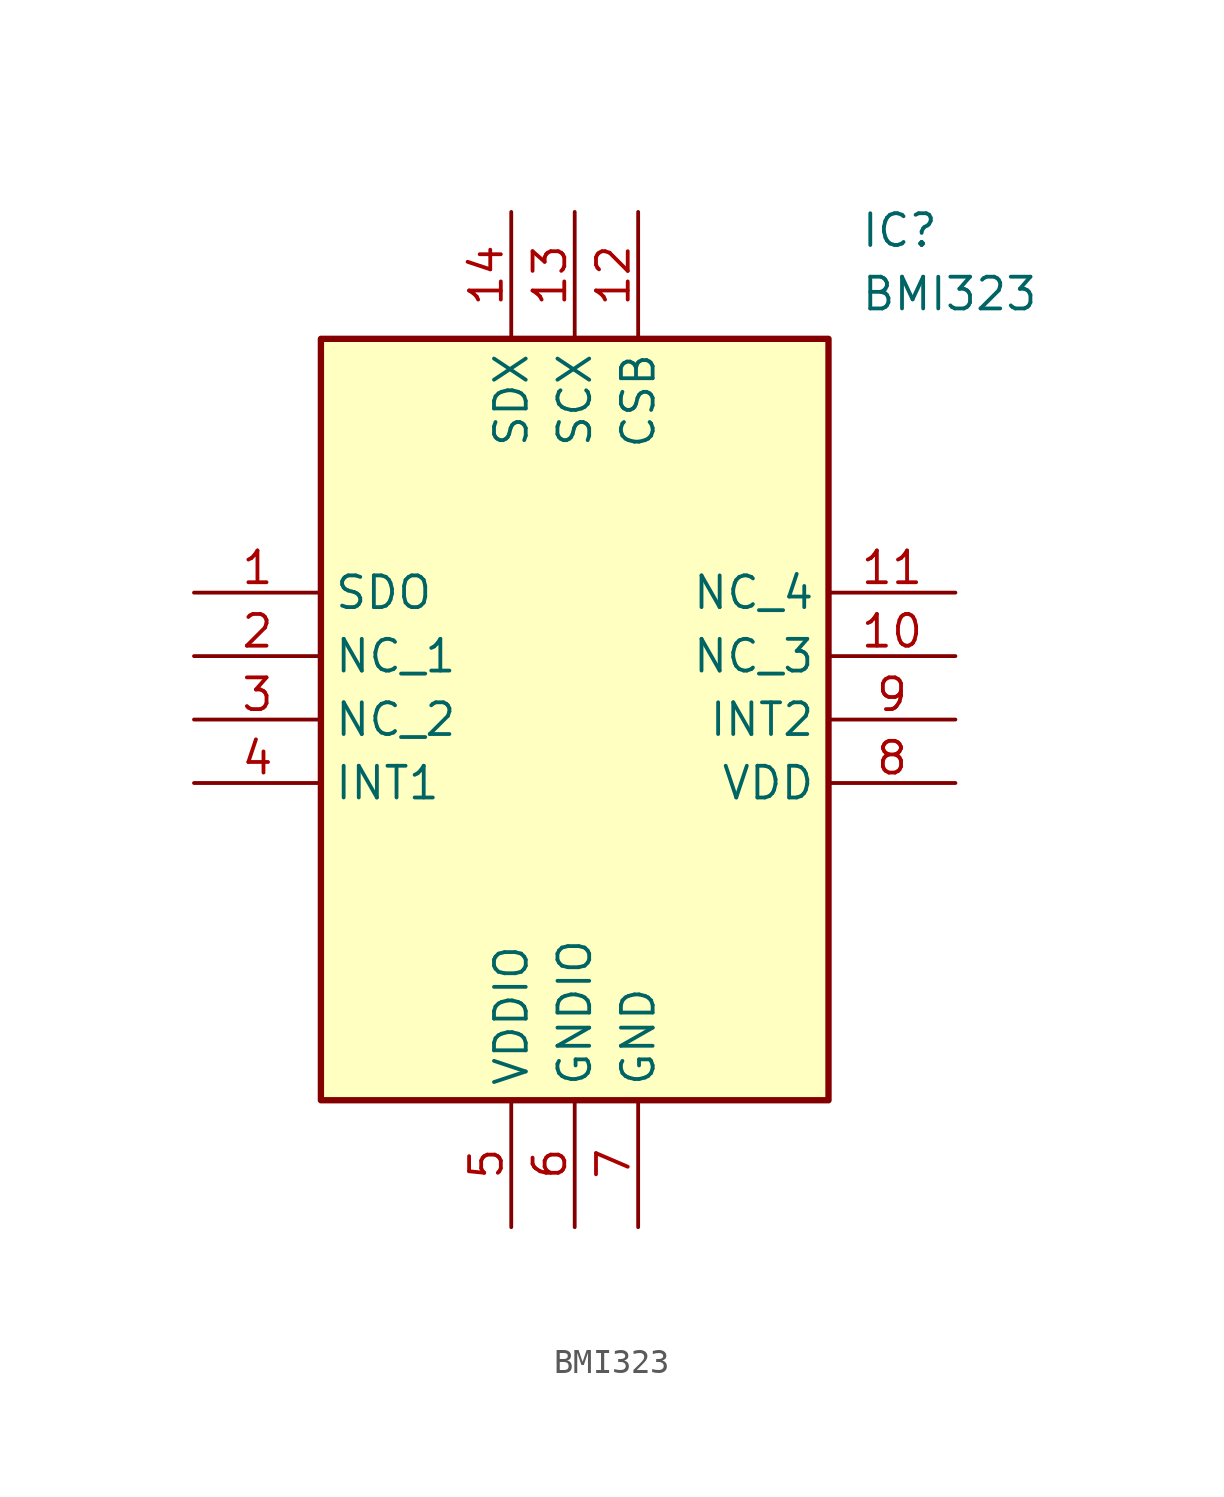
<source format=kicad_sym>
(kicad_symbol_lib
  (version 20211014)
  (generator SamacSys_ECAD_Model)
  (symbol "BMI323"
    (property "Reference" "IC"
      (at 26.67 15.24 0)
      (effects (font (size 1.27 1.27)) (justify left top)))
    (property "Value" "BMI323"
      (at 26.67 12.7 0)
      (effects (font (size 1.27 1.27)) (justify left top)))
    (rectangle
      (start 5.08 10.16)
      (end 25.4 -20.32)
      (stroke (width 0.254) (type default))
      (fill (type background)))
    (pin passive line
      (at 0 0 0)
      (length 5.08)
      (name "SDO" (effects (font (size 1.27 1.27))))
      (number "1" (effects (font (size 1.27 1.27)))))
    (pin passive line
      (at 0 -2.54 0)
      (length 5.08)
      (name "NC_1" (effects (font (size 1.27 1.27))))
      (number "2" (effects (font (size 1.27 1.27)))))
    (pin passive line
      (at 0 -5.08 0)
      (length 5.08)
      (name "NC_2" (effects (font (size 1.27 1.27))))
      (number "3" (effects (font (size 1.27 1.27)))))
    (pin passive line
      (at 0 -7.62 0)
      (length 5.08)
      (name "INT1" (effects (font (size 1.27 1.27))))
      (number "4" (effects (font (size 1.27 1.27)))))
    (pin passive line
      (at 12.7 -25.4 90)
      (length 5.08)
      (name "VDDIO" (effects (font (size 1.27 1.27))))
      (number "5" (effects (font (size 1.27 1.27)))))
    (pin passive line
      (at 15.24 -25.4 90)
      (length 5.08)
      (name "GNDIO" (effects (font (size 1.27 1.27))))
      (number "6" (effects (font (size 1.27 1.27)))))
    (pin passive line
      (at 17.78 -25.4 90)
      (length 5.08)
      (name "GND" (effects (font (size 1.27 1.27))))
      (number "7" (effects (font (size 1.27 1.27)))))
    (pin passive line
      (at 30.48 -7.62 180)
      (length 5.08)
      (name "VDD" (effects (font (size 1.27 1.27))))
      (number "8" (effects (font (size 1.27 1.27)))))
    (pin passive line
      (at 30.48 -5.08 180)
      (length 5.08)
      (name "INT2" (effects (font (size 1.27 1.27))))
      (number "9" (effects (font (size 1.27 1.27)))))
    (pin passive line
      (at 30.48 -2.54 180)
      (length 5.08)
      (name "NC_3" (effects (font (size 1.27 1.27))))
      (number "10" (effects (font (size 1.27 1.27)))))
    (pin passive line
      (at 30.48 0 180)
      (length 5.08)
      (name "NC_4" (effects (font (size 1.27 1.27))))
      (number "11" (effects (font (size 1.27 1.27)))))
    (pin passive line
      (at 17.78 15.24 270)
      (length 5.08)
      (name "CSB" (effects (font (size 1.27 1.27))))
      (number "12" (effects (font (size 1.27 1.27)))))
    (pin passive line
      (at 15.24 15.24 270)
      (length 5.08)
      (name "SCX" (effects (font (size 1.27 1.27))))
      (number "13" (effects (font (size 1.27 1.27)))))
    (pin passive line
      (at 12.7 15.24 270)
      (length 5.08)
      (name "SDX" (effects (font (size 1.27 1.27))))
      (number "14" (effects (font (size 1.27 1.27)))))))
</source>
